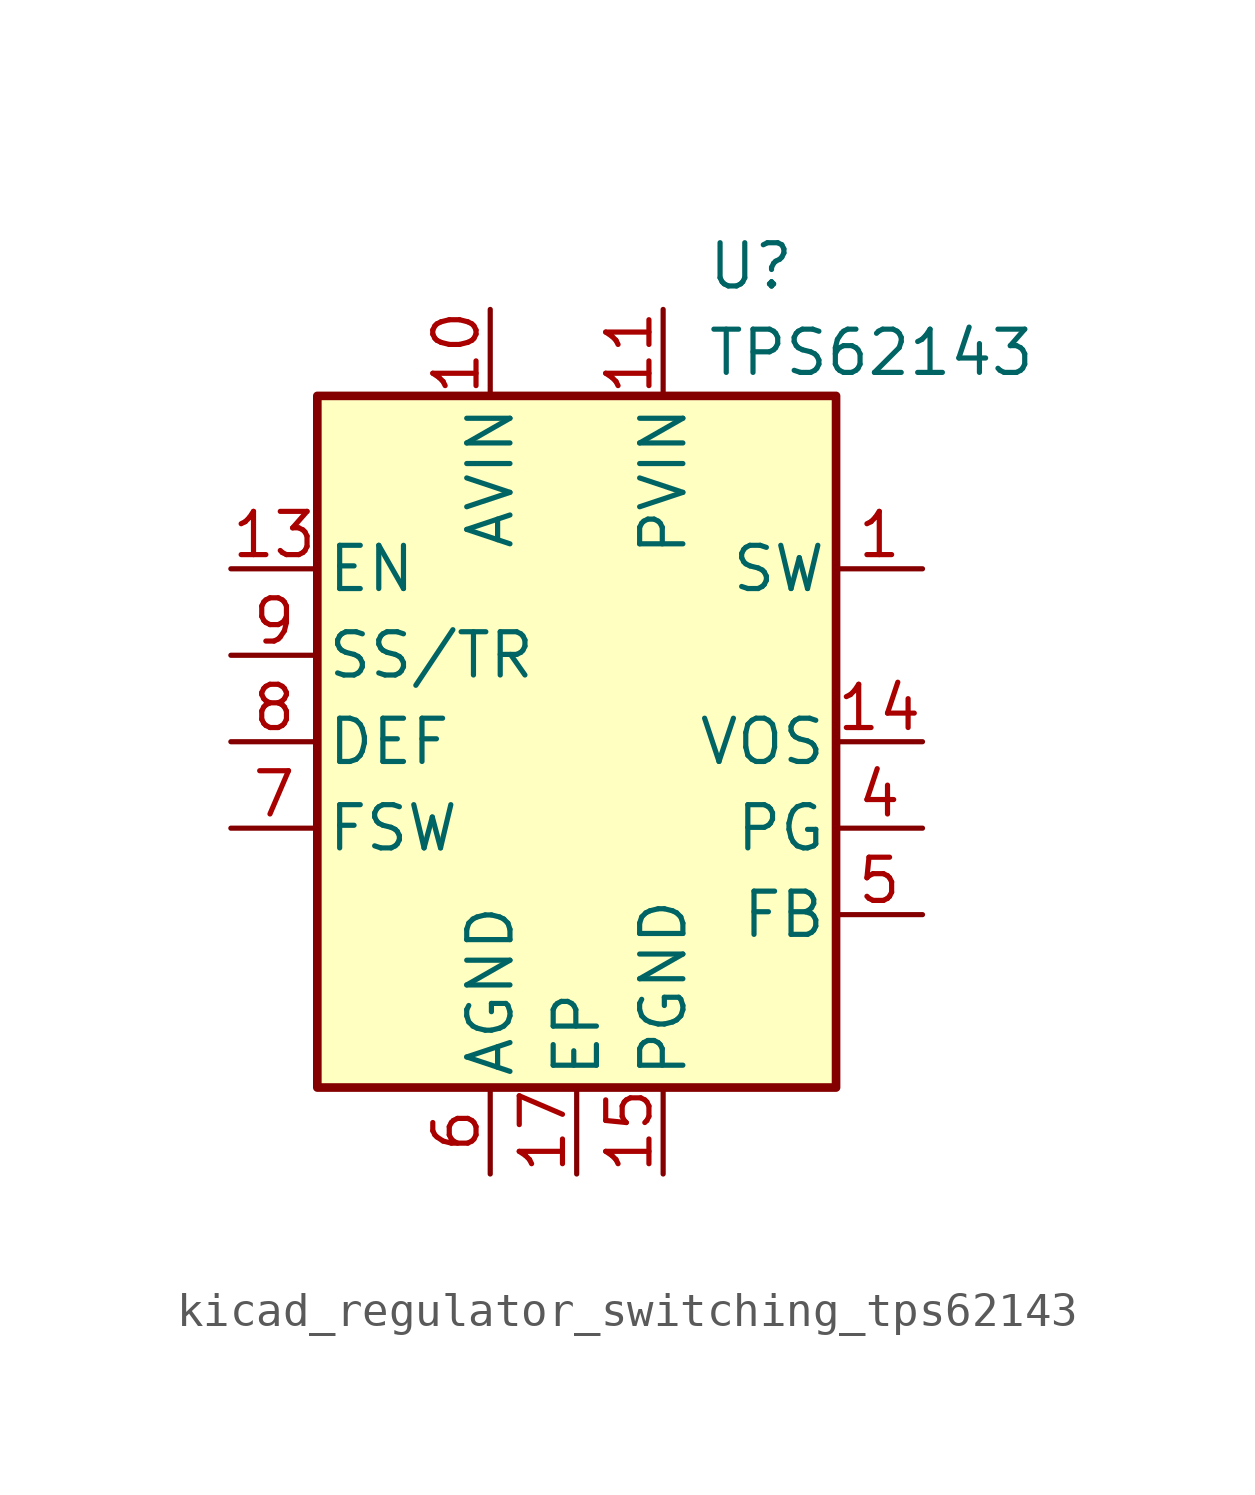
<source format=kicad_sym>
(kicad_symbol_lib
  (version 20220914)
  (generator kicad_symbol_editor)
  (symbol "kicad_regulator_switching_tps62143"
    (pin_names
      (offset 0.254))
    (property "Reference" "U"
      (at 3.81 13.97 0)
      (effects (font (size 1.27 1.27)) (justify left)))
    (property "Value" "TPS62143"
      (at 3.81 11.43 0)
      (effects (font (size 1.27 1.27)) (justify left)))
    (symbol "kicad_regulator_switching_tps62143_0_1"
      (rectangle (start -7.62 10.16) (end 7.62 -10.16) (stroke (width 0.254) (type default)) (fill (type background))))
    (symbol "kicad_regulator_switching_tps62143_1_1"
      (pin output line (at 10.16 5.08 180) (length 2.54) (name "SW" (effects (font (size 1.27 1.27)))) (number "1" (effects (font (size 1.27 1.27)))))
      (pin power_in line (at -2.54 12.7 270) (length 2.54) (name "AVIN" (effects (font (size 1.27 1.27)))) (number "10" (effects (font (size 1.27 1.27)))))
      (pin power_in line (at 2.54 12.7 270) (length 2.54) (name "PVIN" (effects (font (size 1.27 1.27)))) (number "11" (effects (font (size 1.27 1.27)))))
      (pin passive line (at 2.54 12.7 270) (length 2.54) hide (name "PVIN" (effects (font (size 1.27 1.27)))) (number "12" (effects (font (size 1.27 1.27)))))
      (pin input line (at -10.16 5.08 0) (length 2.54) (name "EN" (effects (font (size 1.27 1.27)))) (number "13" (effects (font (size 1.27 1.27)))))
      (pin input line (at 10.16 0 180) (length 2.54) (name "VOS" (effects (font (size 1.27 1.27)))) (number "14" (effects (font (size 1.27 1.27)))))
      (pin power_in line (at 2.54 -12.7 90) (length 2.54) (name "PGND" (effects (font (size 1.27 1.27)))) (number "15" (effects (font (size 1.27 1.27)))))
      (pin passive line (at 2.54 -12.7 90) (length 2.54) hide (name "PGND" (effects (font (size 1.27 1.27)))) (number "16" (effects (font (size 1.27 1.27)))))
      (pin power_in line (at 0 -12.7 90) (length 2.54) (name "EP" (effects (font (size 1.27 1.27)))) (number "17" (effects (font (size 1.27 1.27)))))
      (pin passive line (at 10.16 5.08 180) (length 2.54) hide (name "SW" (effects (font (size 1.27 1.27)))) (number "2" (effects (font (size 1.27 1.27)))))
      (pin passive line (at 10.16 5.08 180) (length 2.54) hide (name "SW" (effects (font (size 1.27 1.27)))) (number "3" (effects (font (size 1.27 1.27)))))
      (pin open_collector line (at 10.16 -2.54 180) (length 2.54) (name "PG" (effects (font (size 1.27 1.27)))) (number "4" (effects (font (size 1.27 1.27)))))
      (pin input line (at 10.16 -5.08 180) (length 2.54) (name "FB" (effects (font (size 1.27 1.27)))) (number "5" (effects (font (size 1.27 1.27)))))
      (pin power_in line (at -2.54 -12.7 90) (length 2.54) (name "AGND" (effects (font (size 1.27 1.27)))) (number "6" (effects (font (size 1.27 1.27)))))
      (pin input line (at -10.16 -2.54 0) (length 2.54) (name "FSW" (effects (font (size 1.27 1.27)))) (number "7" (effects (font (size 1.27 1.27)))))
      (pin input line (at -10.16 0 0) (length 2.54) (name "DEF" (effects (font (size 1.27 1.27)))) (number "8" (effects (font (size 1.27 1.27)))))
      (pin input line (at -10.16 2.54 0) (length 2.54) (name "SS/TR" (effects (font (size 1.27 1.27)))) (number "9" (effects (font (size 1.27 1.27))))))))
</source>
